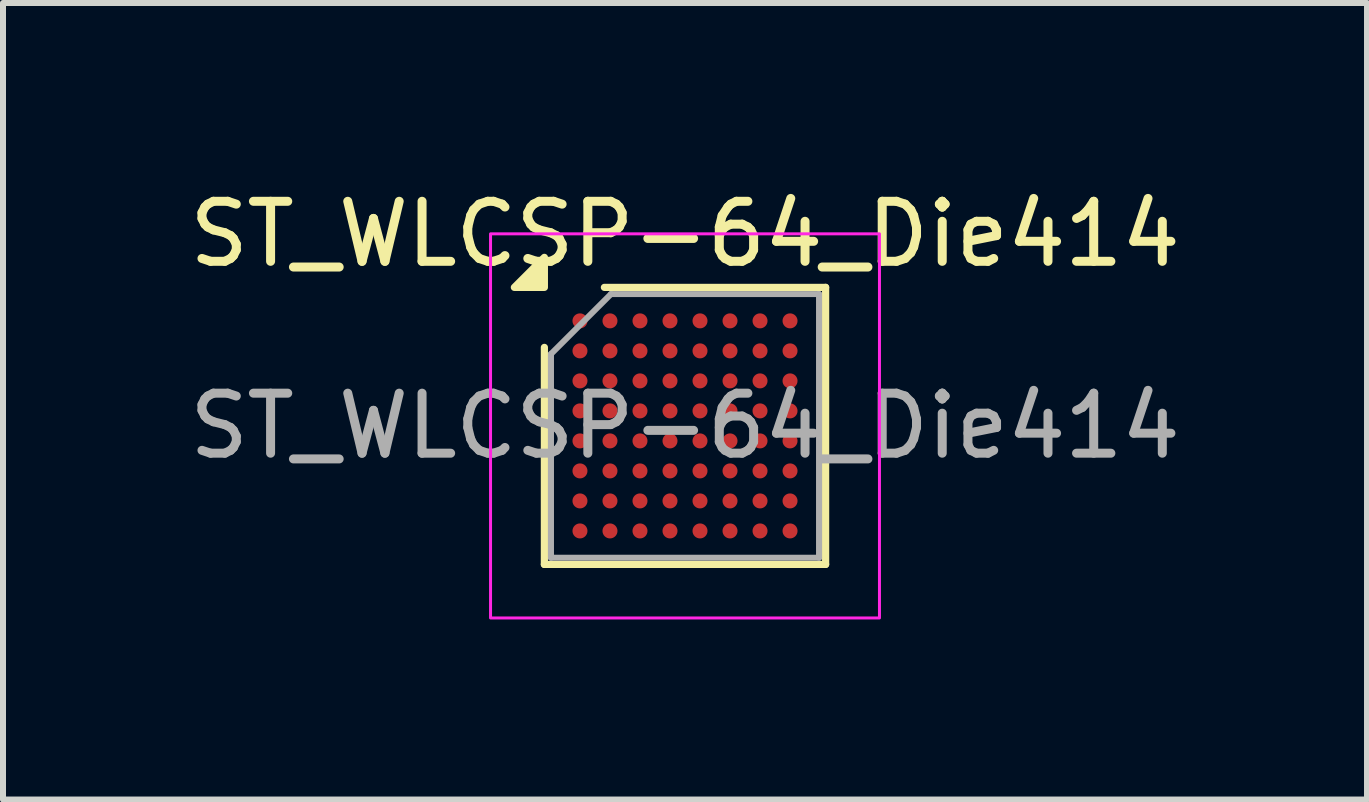
<source format=kicad_pcb>
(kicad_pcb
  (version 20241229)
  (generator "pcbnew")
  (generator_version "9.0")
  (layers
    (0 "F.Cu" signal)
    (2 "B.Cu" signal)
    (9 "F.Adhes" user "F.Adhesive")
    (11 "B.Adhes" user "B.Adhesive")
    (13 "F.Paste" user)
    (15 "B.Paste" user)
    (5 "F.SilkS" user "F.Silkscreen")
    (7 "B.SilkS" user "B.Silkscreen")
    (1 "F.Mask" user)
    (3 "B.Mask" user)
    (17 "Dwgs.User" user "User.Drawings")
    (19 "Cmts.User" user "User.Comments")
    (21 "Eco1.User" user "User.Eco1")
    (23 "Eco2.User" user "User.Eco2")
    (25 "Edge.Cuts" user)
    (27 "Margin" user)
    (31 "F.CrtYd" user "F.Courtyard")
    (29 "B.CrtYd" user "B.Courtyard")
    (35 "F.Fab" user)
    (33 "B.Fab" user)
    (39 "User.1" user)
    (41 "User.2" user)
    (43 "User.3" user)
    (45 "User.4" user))
  (footprint "ST_WLCSP-64_Die414"
    (layer "F.Cu")
    (at 8.363 4.046)
    (property "Reference" "ST_WLCSP-64_Die414" (at 0 -3.197 0) (layer "F.SilkS") (effects (font (size 1 1) (thickness 0.15))))
    (attr smd)
    (fp_line (start -2.343 2.308) (end -2.343 -1.308) (stroke (width 0.12) (type solid)) (layer "F.SilkS"))
    (fp_line (start -1.343 -2.308) (end 2.343 -2.308) (stroke (width 0.12) (type solid)) (layer "F.SilkS"))
    (fp_line (start 2.343 -2.308) (end 2.343 2.308) (stroke (width 0.12) (type solid)) (layer "F.SilkS"))
    (fp_line (start 2.343 2.308) (end -2.343 2.308) (stroke (width 0.12) (type solid)) (layer "F.SilkS"))
    (fp_poly (pts (xy -2.343 -2.308) (xy -2.843 -2.308) (xy -2.343 -2.808)) (stroke (width 0.12) (type solid)) (fill yes) (layer "F.SilkS"))
    (fp_rect (start -3.24 -3.2) (end 3.24 3.2) (stroke (width 0.05) (type solid)) (fill no) (layer "F.CrtYd"))
    (fp_line (start -2.233 -1.198) (end -1.233 -2.197) (stroke (width 0.1) (type solid)) (layer "F.Fab"))
    (fp_line (start -2.233 2.197) (end -2.233 -1.198) (stroke (width 0.1) (type solid)) (layer "F.Fab"))
    (fp_line (start -1.233 -2.197) (end 2.233 -2.197) (stroke (width 0.1) (type solid)) (layer "F.Fab"))
    (fp_line (start 2.233 -2.197) (end 2.233 2.197) (stroke (width 0.1) (type solid)) (layer "F.Fab"))
    (fp_line (start 2.233 2.197) (end -2.233 2.197) (stroke (width 0.1) (type solid)) (layer "F.Fab"))
    (fp_text user "${REFERENCE}" (at 0 0 0) (layer "F.Fab") (effects (font (size 1 1) (thickness 0.15))))
    (pad "A1" smd circle (at -1.75 -1.75) (size 0.25 0.25) (property pad_prop_bga) (layers "F.Cu" "F.Mask" "F.Paste"))
    (pad "A2" smd circle (at -1.25 -1.75) (size 0.25 0.25) (property pad_prop_bga) (layers "F.Cu" "F.Mask" "F.Paste"))
    (pad "A3" smd circle (at -0.75 -1.75) (size 0.25 0.25) (property pad_prop_bga) (layers "F.Cu" "F.Mask" "F.Paste"))
    (pad "A4" smd circle (at -0.25 -1.75) (size 0.25 0.25) (property pad_prop_bga) (layers "F.Cu" "F.Mask" "F.Paste"))
    (pad "A5" smd circle (at 0.25 -1.75) (size 0.25 0.25) (property pad_prop_bga) (layers "F.Cu" "F.Mask" "F.Paste"))
    (pad "A6" smd circle (at 0.75 -1.75) (size 0.25 0.25) (property pad_prop_bga) (layers "F.Cu" "F.Mask" "F.Paste"))
    (pad "A7" smd circle (at 1.25 -1.75) (size 0.25 0.25) (property pad_prop_bga) (layers "F.Cu" "F.Mask" "F.Paste"))
    (pad "A8" smd circle (at 1.75 -1.75) (size 0.25 0.25) (property pad_prop_bga) (layers "F.Cu" "F.Mask" "F.Paste"))
    (pad "B1" smd circle (at -1.75 -1.25) (size 0.25 0.25) (property pad_prop_bga) (layers "F.Cu" "F.Mask" "F.Paste"))
    (pad "B2" smd circle (at -1.25 -1.25) (size 0.25 0.25) (property pad_prop_bga) (layers "F.Cu" "F.Mask" "F.Paste"))
    (pad "B3" smd circle (at -0.75 -1.25) (size 0.25 0.25) (property pad_prop_bga) (layers "F.Cu" "F.Mask" "F.Paste"))
    (pad "B4" smd circle (at -0.25 -1.25) (size 0.25 0.25) (property pad_prop_bga) (layers "F.Cu" "F.Mask" "F.Paste"))
    (pad "B5" smd circle (at 0.25 -1.25) (size 0.25 0.25) (property pad_prop_bga) (layers "F.Cu" "F.Mask" "F.Paste"))
    (pad "B6" smd circle (at 0.75 -1.25) (size 0.25 0.25) (property pad_prop_bga) (layers "F.Cu" "F.Mask" "F.Paste"))
    (pad "B7" smd circle (at 1.25 -1.25) (size 0.25 0.25) (property pad_prop_bga) (layers "F.Cu" "F.Mask" "F.Paste"))
    (pad "B8" smd circle (at 1.75 -1.25) (size 0.25 0.25) (property pad_prop_bga) (layers "F.Cu" "F.Mask" "F.Paste"))
    (pad "C1" smd circle (at -1.75 -0.75) (size 0.25 0.25) (property pad_prop_bga) (layers "F.Cu" "F.Mask" "F.Paste"))
    (pad "C2" smd circle (at -1.25 -0.75) (size 0.25 0.25) (property pad_prop_bga) (layers "F.Cu" "F.Mask" "F.Paste"))
    (pad "C3" smd circle (at -0.75 -0.75) (size 0.25 0.25) (property pad_prop_bga) (layers "F.Cu" "F.Mask" "F.Paste"))
    (pad "C4" smd circle (at -0.25 -0.75) (size 0.25 0.25) (property pad_prop_bga) (layers "F.Cu" "F.Mask" "F.Paste"))
    (pad "C5" smd circle (at 0.25 -0.75) (size 0.25 0.25) (property pad_prop_bga) (layers "F.Cu" "F.Mask" "F.Paste"))
    (pad "C6" smd circle (at 0.75 -0.75) (size 0.25 0.25) (property pad_prop_bga) (layers "F.Cu" "F.Mask" "F.Paste"))
    (pad "C7" smd circle (at 1.25 -0.75) (size 0.25 0.25) (property pad_prop_bga) (layers "F.Cu" "F.Mask" "F.Paste"))
    (pad "C8" smd circle (at 1.75 -0.75) (size 0.25 0.25) (property pad_prop_bga) (layers "F.Cu" "F.Mask" "F.Paste"))
    (pad "D1" smd circle (at -1.75 -0.25) (size 0.25 0.25) (property pad_prop_bga) (layers "F.Cu" "F.Mask" "F.Paste"))
    (pad "D2" smd circle (at -1.25 -0.25) (size 0.25 0.25) (property pad_prop_bga) (layers "F.Cu" "F.Mask" "F.Paste"))
    (pad "D3" smd circle (at -0.75 -0.25) (size 0.25 0.25) (property pad_prop_bga) (layers "F.Cu" "F.Mask" "F.Paste"))
    (pad "D4" smd circle (at -0.25 -0.25) (size 0.25 0.25) (property pad_prop_bga) (layers "F.Cu" "F.Mask" "F.Paste"))
    (pad "D5" smd circle (at 0.25 -0.25) (size 0.25 0.25) (property pad_prop_bga) (layers "F.Cu" "F.Mask" "F.Paste"))
    (pad "D6" smd circle (at 0.75 -0.25) (size 0.25 0.25) (property pad_prop_bga) (layers "F.Cu" "F.Mask" "F.Paste"))
    (pad "D7" smd circle (at 1.25 -0.25) (size 0.25 0.25) (property pad_prop_bga) (layers "F.Cu" "F.Mask" "F.Paste"))
    (pad "D8" smd circle (at 1.75 -0.25) (size 0.25 0.25) (property pad_prop_bga) (layers "F.Cu" "F.Mask" "F.Paste"))
    (pad "E1" smd circle (at -1.75 0.25) (size 0.25 0.25) (property pad_prop_bga) (layers "F.Cu" "F.Mask" "F.Paste"))
    (pad "E2" smd circle (at -1.25 0.25) (size 0.25 0.25) (property pad_prop_bga) (layers "F.Cu" "F.Mask" "F.Paste"))
    (pad "E3" smd circle (at -0.75 0.25) (size 0.25 0.25) (property pad_prop_bga) (layers "F.Cu" "F.Mask" "F.Paste"))
    (pad "E4" smd circle (at -0.25 0.25) (size 0.25 0.25) (property pad_prop_bga) (layers "F.Cu" "F.Mask" "F.Paste"))
    (pad "E5" smd circle (at 0.25 0.25) (size 0.25 0.25) (property pad_prop_bga) (layers "F.Cu" "F.Mask" "F.Paste"))
    (pad "E6" smd circle (at 0.75 0.25) (size 0.25 0.25) (property pad_prop_bga) (layers "F.Cu" "F.Mask" "F.Paste"))
    (pad "E7" smd circle (at 1.25 0.25) (size 0.25 0.25) (property pad_prop_bga) (layers "F.Cu" "F.Mask" "F.Paste"))
    (pad "E8" smd circle (at 1.75 0.25) (size 0.25 0.25) (property pad_prop_bga) (layers "F.Cu" "F.Mask" "F.Paste"))
    (pad "F1" smd circle (at -1.75 0.75) (size 0.25 0.25) (property pad_prop_bga) (layers "F.Cu" "F.Mask" "F.Paste"))
    (pad "F2" smd circle (at -1.25 0.75) (size 0.25 0.25) (property pad_prop_bga) (layers "F.Cu" "F.Mask" "F.Paste"))
    (pad "F3" smd circle (at -0.75 0.75) (size 0.25 0.25) (property pad_prop_bga) (layers "F.Cu" "F.Mask" "F.Paste"))
    (pad "F4" smd circle (at -0.25 0.75) (size 0.25 0.25) (property pad_prop_bga) (layers "F.Cu" "F.Mask" "F.Paste"))
    (pad "F5" smd circle (at 0.25 0.75) (size 0.25 0.25) (property pad_prop_bga) (layers "F.Cu" "F.Mask" "F.Paste"))
    (pad "F6" smd circle (at 0.75 0.75) (size 0.25 0.25) (property pad_prop_bga) (layers "F.Cu" "F.Mask" "F.Paste"))
    (pad "F7" smd circle (at 1.25 0.75) (size 0.25 0.25) (property pad_prop_bga) (layers "F.Cu" "F.Mask" "F.Paste"))
    (pad "F8" smd circle (at 1.75 0.75) (size 0.25 0.25) (property pad_prop_bga) (layers "F.Cu" "F.Mask" "F.Paste"))
    (pad "G1" smd circle (at -1.75 1.25) (size 0.25 0.25) (property pad_prop_bga) (layers "F.Cu" "F.Mask" "F.Paste"))
    (pad "G2" smd circle (at -1.25 1.25) (size 0.25 0.25) (property pad_prop_bga) (layers "F.Cu" "F.Mask" "F.Paste"))
    (pad "G3" smd circle (at -0.75 1.25) (size 0.25 0.25) (property pad_prop_bga) (layers "F.Cu" "F.Mask" "F.Paste"))
    (pad "G4" smd circle (at -0.25 1.25) (size 0.25 0.25) (property pad_prop_bga) (layers "F.Cu" "F.Mask" "F.Paste"))
    (pad "G5" smd circle (at 0.25 1.25) (size 0.25 0.25) (property pad_prop_bga) (layers "F.Cu" "F.Mask" "F.Paste"))
    (pad "G6" smd circle (at 0.75 1.25) (size 0.25 0.25) (property pad_prop_bga) (layers "F.Cu" "F.Mask" "F.Paste"))
    (pad "G7" smd circle (at 1.25 1.25) (size 0.25 0.25) (property pad_prop_bga) (layers "F.Cu" "F.Mask" "F.Paste"))
    (pad "G8" smd circle (at 1.75 1.25) (size 0.25 0.25) (property pad_prop_bga) (layers "F.Cu" "F.Mask" "F.Paste"))
    (pad "H1" smd circle (at -1.75 1.75) (size 0.25 0.25) (property pad_prop_bga) (layers "F.Cu" "F.Mask" "F.Paste"))
    (pad "H2" smd circle (at -1.25 1.75) (size 0.25 0.25) (property pad_prop_bga) (layers "F.Cu" "F.Mask" "F.Paste"))
    (pad "H3" smd circle (at -0.75 1.75) (size 0.25 0.25) (property pad_prop_bga) (layers "F.Cu" "F.Mask" "F.Paste"))
    (pad "H4" smd circle (at -0.25 1.75) (size 0.25 0.25) (property pad_prop_bga) (layers "F.Cu" "F.Mask" "F.Paste"))
    (pad "H5" smd circle (at 0.25 1.75) (size 0.25 0.25) (property pad_prop_bga) (layers "F.Cu" "F.Mask" "F.Paste"))
    (pad "H6" smd circle (at 0.75 1.75) (size 0.25 0.25) (property pad_prop_bga) (layers "F.Cu" "F.Mask" "F.Paste"))
    (pad "H7" smd circle (at 1.25 1.75) (size 0.25 0.25) (property pad_prop_bga) (layers "F.Cu" "F.Mask" "F.Paste"))
    (pad "H8" smd circle (at 1.75 1.75) (size 0.25 0.25) (property pad_prop_bga) (layers "F.Cu" "F.Mask" "F.Paste")))
  (gr_rect
    (start -3 -3)
    (end 19.726 10.271)
    (stroke (width 0.1) (type default))
    (fill no)
    (layer "Edge.Cuts")))
</source>
